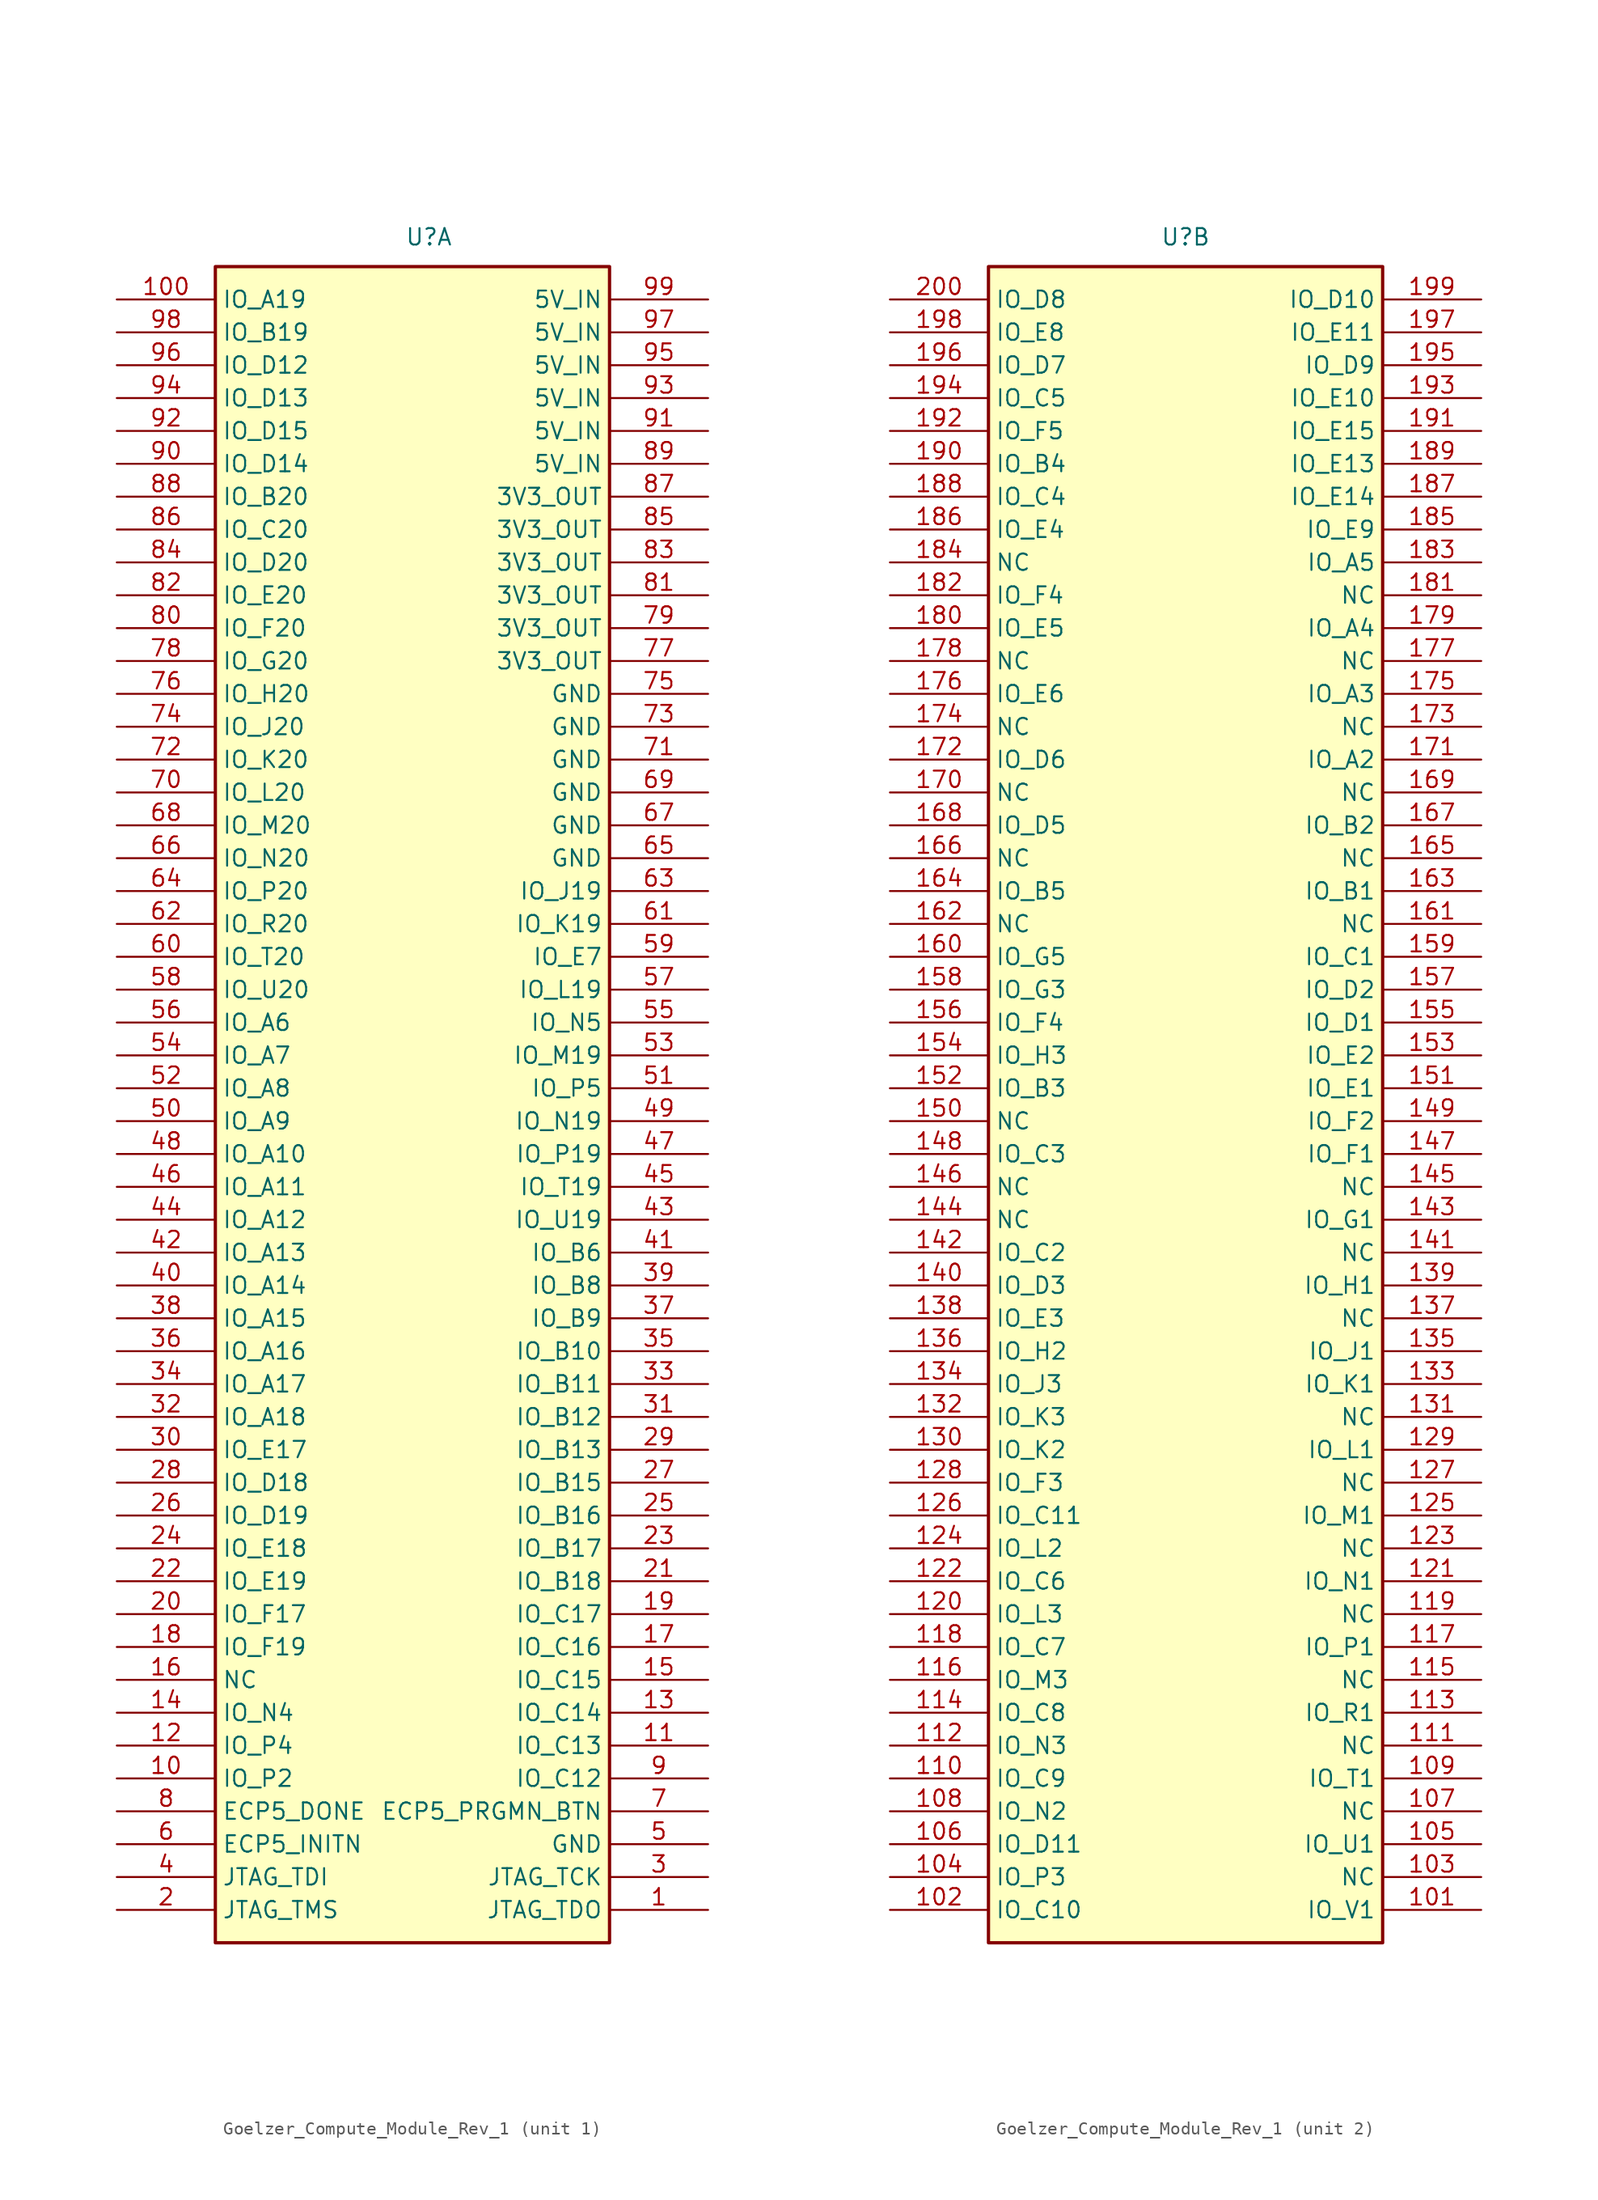
<source format=kicad_sym>
(kicad_symbol_lib
  (version 20231120)
  (generator "kicad_symbol_editor")
  (generator_version "8.0")
  (symbol "Goelzer_Compute_Module_Rev_1"
    (property "Reference" "U"
      (at 0 68.326 0)
      (effects (font (size 1.27 1.27))))
    (property "Value" ""
      (at 0 0 0)
      (effects (font (size 1.27 1.27))))
    (symbol "Goelzer_Compute_Module_Rev_1_1_1"
      (rectangle (start -16.51 66.04) (end 13.97 -63.5) (stroke (width 0.254) (type default)) (fill (type background)))
      (pin passive line (at 21.59 -60.96 180) (length 7.62) (name "JTAG_TDO" (effects (font (size 1.27 1.27)))) (number "1" (effects (font (size 1.27 1.27)))))
      (pin passive line (at -24.13 -50.8 0) (length 7.62) (name "IO_P2" (effects (font (size 1.27 1.27)))) (number "10" (effects (font (size 1.27 1.27)))))
      (pin passive line (at -24.13 63.5 0) (length 7.62) (name "IO_A19" (effects (font (size 1.27 1.27)))) (number "100" (effects (font (size 1.27 1.27)))))
      (pin passive line (at 21.59 -48.26 180) (length 7.62) (name "IO_C13" (effects (font (size 1.27 1.27)))) (number "11" (effects (font (size 1.27 1.27)))))
      (pin passive line (at -24.13 -48.26 0) (length 7.62) (name "IO_P4" (effects (font (size 1.27 1.27)))) (number "12" (effects (font (size 1.27 1.27)))))
      (pin passive line (at 21.59 -45.72 180) (length 7.62) (name "IO_C14" (effects (font (size 1.27 1.27)))) (number "13" (effects (font (size 1.27 1.27)))))
      (pin passive line (at -24.13 -45.72 0) (length 7.62) (name "IO_N4" (effects (font (size 1.27 1.27)))) (number "14" (effects (font (size 1.27 1.27)))))
      (pin passive line (at 21.59 -43.18 180) (length 7.62) (name "IO_C15" (effects (font (size 1.27 1.27)))) (number "15" (effects (font (size 1.27 1.27)))))
      (pin passive line (at -24.13 -43.18 0) (length 7.62) (name "NC" (effects (font (size 1.27 1.27)))) (number "16" (effects (font (size 1.27 1.27)))))
      (pin passive line (at 21.59 -40.64 180) (length 7.62) (name "IO_C16" (effects (font (size 1.27 1.27)))) (number "17" (effects (font (size 1.27 1.27)))))
      (pin passive line (at -24.13 -40.64 0) (length 7.62) (name "IO_F19" (effects (font (size 1.27 1.27)))) (number "18" (effects (font (size 1.27 1.27)))))
      (pin passive line (at 21.59 -38.1 180) (length 7.62) (name "IO_C17" (effects (font (size 1.27 1.27)))) (number "19" (effects (font (size 1.27 1.27)))))
      (pin passive line (at -24.13 -60.96 0) (length 7.62) (name "JTAG_TMS" (effects (font (size 1.27 1.27)))) (number "2" (effects (font (size 1.27 1.27)))))
      (pin passive line (at -24.13 -38.1 0) (length 7.62) (name "IO_F17" (effects (font (size 1.27 1.27)))) (number "20" (effects (font (size 1.27 1.27)))))
      (pin passive line (at 21.59 -35.56 180) (length 7.62) (name "IO_B18" (effects (font (size 1.27 1.27)))) (number "21" (effects (font (size 1.27 1.27)))))
      (pin passive line (at -24.13 -35.56 0) (length 7.62) (name "IO_E19" (effects (font (size 1.27 1.27)))) (number "22" (effects (font (size 1.27 1.27)))))
      (pin passive line (at 21.59 -33.02 180) (length 7.62) (name "IO_B17" (effects (font (size 1.27 1.27)))) (number "23" (effects (font (size 1.27 1.27)))))
      (pin passive line (at -24.13 -33.02 0) (length 7.62) (name "IO_E18" (effects (font (size 1.27 1.27)))) (number "24" (effects (font (size 1.27 1.27)))))
      (pin passive line (at 21.59 -30.48 180) (length 7.62) (name "IO_B16" (effects (font (size 1.27 1.27)))) (number "25" (effects (font (size 1.27 1.27)))))
      (pin passive line (at -24.13 -30.48 0) (length 7.62) (name "IO_D19" (effects (font (size 1.27 1.27)))) (number "26" (effects (font (size 1.27 1.27)))))
      (pin passive line (at 21.59 -27.94 180) (length 7.62) (name "IO_B15" (effects (font (size 1.27 1.27)))) (number "27" (effects (font (size 1.27 1.27)))))
      (pin passive line (at -24.13 -27.94 0) (length 7.62) (name "IO_D18" (effects (font (size 1.27 1.27)))) (number "28" (effects (font (size 1.27 1.27)))))
      (pin passive line (at 21.59 -25.4 180) (length 7.62) (name "IO_B13" (effects (font (size 1.27 1.27)))) (number "29" (effects (font (size 1.27 1.27)))))
      (pin passive line (at 21.59 -58.42 180) (length 7.62) (name "JTAG_TCK" (effects (font (size 1.27 1.27)))) (number "3" (effects (font (size 1.27 1.27)))))
      (pin passive line (at -24.13 -25.4 0) (length 7.62) (name "IO_E17" (effects (font (size 1.27 1.27)))) (number "30" (effects (font (size 1.27 1.27)))))
      (pin passive line (at 21.59 -22.86 180) (length 7.62) (name "IO_B12" (effects (font (size 1.27 1.27)))) (number "31" (effects (font (size 1.27 1.27)))))
      (pin passive line (at -24.13 -22.86 0) (length 7.62) (name "IO_A18" (effects (font (size 1.27 1.27)))) (number "32" (effects (font (size 1.27 1.27)))))
      (pin passive line (at 21.59 -20.32 180) (length 7.62) (name "IO_B11" (effects (font (size 1.27 1.27)))) (number "33" (effects (font (size 1.27 1.27)))))
      (pin passive line (at -24.13 -20.32 0) (length 7.62) (name "IO_A17" (effects (font (size 1.27 1.27)))) (number "34" (effects (font (size 1.27 1.27)))))
      (pin passive line (at 21.59 -17.78 180) (length 7.62) (name "IO_B10" (effects (font (size 1.27 1.27)))) (number "35" (effects (font (size 1.27 1.27)))))
      (pin passive line (at -24.13 -17.78 0) (length 7.62) (name "IO_A16" (effects (font (size 1.27 1.27)))) (number "36" (effects (font (size 1.27 1.27)))))
      (pin passive line (at 21.59 -15.24 180) (length 7.62) (name "IO_B9" (effects (font (size 1.27 1.27)))) (number "37" (effects (font (size 1.27 1.27)))))
      (pin passive line (at -24.13 -15.24 0) (length 7.62) (name "IO_A15" (effects (font (size 1.27 1.27)))) (number "38" (effects (font (size 1.27 1.27)))))
      (pin passive line (at 21.59 -12.7 180) (length 7.62) (name "IO_B8" (effects (font (size 1.27 1.27)))) (number "39" (effects (font (size 1.27 1.27)))))
      (pin passive line (at -24.13 -58.42 0) (length 7.62) (name "JTAG_TDI" (effects (font (size 1.27 1.27)))) (number "4" (effects (font (size 1.27 1.27)))))
      (pin passive line (at -24.13 -12.7 0) (length 7.62) (name "IO_A14" (effects (font (size 1.27 1.27)))) (number "40" (effects (font (size 1.27 1.27)))))
      (pin passive line (at 21.59 -10.16 180) (length 7.62) (name "IO_B6" (effects (font (size 1.27 1.27)))) (number "41" (effects (font (size 1.27 1.27)))))
      (pin passive line (at -24.13 -10.16 0) (length 7.62) (name "IO_A13" (effects (font (size 1.27 1.27)))) (number "42" (effects (font (size 1.27 1.27)))))
      (pin passive line (at 21.59 -7.62 180) (length 7.62) (name "IO_U19" (effects (font (size 1.27 1.27)))) (number "43" (effects (font (size 1.27 1.27)))))
      (pin passive line (at -24.13 -7.62 0) (length 7.62) (name "IO_A12" (effects (font (size 1.27 1.27)))) (number "44" (effects (font (size 1.27 1.27)))))
      (pin passive line (at 21.59 -5.08 180) (length 7.62) (name "IO_T19" (effects (font (size 1.27 1.27)))) (number "45" (effects (font (size 1.27 1.27)))))
      (pin passive line (at -24.13 -5.08 0) (length 7.62) (name "IO_A11" (effects (font (size 1.27 1.27)))) (number "46" (effects (font (size 1.27 1.27)))))
      (pin passive line (at 21.59 -2.54 180) (length 7.62) (name "IO_P19" (effects (font (size 1.27 1.27)))) (number "47" (effects (font (size 1.27 1.27)))))
      (pin passive line (at -24.13 -2.54 0) (length 7.62) (name "IO_A10" (effects (font (size 1.27 1.27)))) (number "48" (effects (font (size 1.27 1.27)))))
      (pin passive line (at 21.59 0 180) (length 7.62) (name "IO_N19" (effects (font (size 1.27 1.27)))) (number "49" (effects (font (size 1.27 1.27)))))
      (pin passive line (at 21.59 -55.88 180) (length 7.62) (name "GND" (effects (font (size 1.27 1.27)))) (number "5" (effects (font (size 1.27 1.27)))))
      (pin passive line (at -24.13 0 0) (length 7.62) (name "IO_A9" (effects (font (size 1.27 1.27)))) (number "50" (effects (font (size 1.27 1.27)))))
      (pin passive line (at 21.59 2.54 180) (length 7.62) (name "IO_P5" (effects (font (size 1.27 1.27)))) (number "51" (effects (font (size 1.27 1.27)))))
      (pin passive line (at -24.13 2.54 0) (length 7.62) (name "IO_A8" (effects (font (size 1.27 1.27)))) (number "52" (effects (font (size 1.27 1.27)))))
      (pin passive line (at 21.59 5.08 180) (length 7.62) (name "IO_M19" (effects (font (size 1.27 1.27)))) (number "53" (effects (font (size 1.27 1.27)))))
      (pin passive line (at -24.13 5.08 0) (length 7.62) (name "IO_A7" (effects (font (size 1.27 1.27)))) (number "54" (effects (font (size 1.27 1.27)))))
      (pin passive line (at 21.59 7.62 180) (length 7.62) (name "IO_N5" (effects (font (size 1.27 1.27)))) (number "55" (effects (font (size 1.27 1.27)))))
      (pin passive line (at -24.13 7.62 0) (length 7.62) (name "IO_A6" (effects (font (size 1.27 1.27)))) (number "56" (effects (font (size 1.27 1.27)))))
      (pin passive line (at 21.59 10.16 180) (length 7.62) (name "IO_L19" (effects (font (size 1.27 1.27)))) (number "57" (effects (font (size 1.27 1.27)))))
      (pin passive line (at -24.13 10.16 0) (length 7.62) (name "IO_U20" (effects (font (size 1.27 1.27)))) (number "58" (effects (font (size 1.27 1.27)))))
      (pin passive line (at 21.59 12.7 180) (length 7.62) (name "IO_E7" (effects (font (size 1.27 1.27)))) (number "59" (effects (font (size 1.27 1.27)))))
      (pin passive line (at -24.13 -55.88 0) (length 7.62) (name "ECP5_INITN" (effects (font (size 1.27 1.27)))) (number "6" (effects (font (size 1.27 1.27)))))
      (pin passive line (at -24.13 12.7 0) (length 7.62) (name "IO_T20" (effects (font (size 1.27 1.27)))) (number "60" (effects (font (size 1.27 1.27)))))
      (pin passive line (at 21.59 15.24 180) (length 7.62) (name "IO_K19" (effects (font (size 1.27 1.27)))) (number "61" (effects (font (size 1.27 1.27)))))
      (pin passive line (at -24.13 15.24 0) (length 7.62) (name "IO_R20" (effects (font (size 1.27 1.27)))) (number "62" (effects (font (size 1.27 1.27)))))
      (pin passive line (at 21.59 17.78 180) (length 7.62) (name "IO_J19" (effects (font (size 1.27 1.27)))) (number "63" (effects (font (size 1.27 1.27)))))
      (pin passive line (at -24.13 17.78 0) (length 7.62) (name "IO_P20" (effects (font (size 1.27 1.27)))) (number "64" (effects (font (size 1.27 1.27)))))
      (pin passive line (at 21.59 20.32 180) (length 7.62) (name "GND" (effects (font (size 1.27 1.27)))) (number "65" (effects (font (size 1.27 1.27)))))
      (pin passive line (at -24.13 20.32 0) (length 7.62) (name "IO_N20" (effects (font (size 1.27 1.27)))) (number "66" (effects (font (size 1.27 1.27)))))
      (pin passive line (at 21.59 22.86 180) (length 7.62) (name "GND" (effects (font (size 1.27 1.27)))) (number "67" (effects (font (size 1.27 1.27)))))
      (pin passive line (at -24.13 22.86 0) (length 7.62) (name "IO_M20" (effects (font (size 1.27 1.27)))) (number "68" (effects (font (size 1.27 1.27)))))
      (pin passive line (at 21.59 25.4 180) (length 7.62) (name "GND" (effects (font (size 1.27 1.27)))) (number "69" (effects (font (size 1.27 1.27)))))
      (pin passive line (at 21.59 -53.34 180) (length 7.62) (name "ECP5_PRGMN_BTN" (effects (font (size 1.27 1.27)))) (number "7" (effects (font (size 1.27 1.27)))))
      (pin passive line (at -24.13 25.4 0) (length 7.62) (name "IO_L20" (effects (font (size 1.27 1.27)))) (number "70" (effects (font (size 1.27 1.27)))))
      (pin passive line (at 21.59 27.94 180) (length 7.62) (name "GND" (effects (font (size 1.27 1.27)))) (number "71" (effects (font (size 1.27 1.27)))))
      (pin passive line (at -24.13 27.94 0) (length 7.62) (name "IO_K20" (effects (font (size 1.27 1.27)))) (number "72" (effects (font (size 1.27 1.27)))))
      (pin passive line (at 21.59 30.48 180) (length 7.62) (name "GND" (effects (font (size 1.27 1.27)))) (number "73" (effects (font (size 1.27 1.27)))))
      (pin passive line (at -24.13 30.48 0) (length 7.62) (name "IO_J20" (effects (font (size 1.27 1.27)))) (number "74" (effects (font (size 1.27 1.27)))))
      (pin passive line (at 21.59 33.02 180) (length 7.62) (name "GND" (effects (font (size 1.27 1.27)))) (number "75" (effects (font (size 1.27 1.27)))))
      (pin passive line (at -24.13 33.02 0) (length 7.62) (name "IO_H20" (effects (font (size 1.27 1.27)))) (number "76" (effects (font (size 1.27 1.27)))))
      (pin passive line (at 21.59 35.56 180) (length 7.62) (name "3V3_OUT" (effects (font (size 1.27 1.27)))) (number "77" (effects (font (size 1.27 1.27)))))
      (pin passive line (at -24.13 35.56 0) (length 7.62) (name "IO_G20" (effects (font (size 1.27 1.27)))) (number "78" (effects (font (size 1.27 1.27)))))
      (pin passive line (at 21.59 38.1 180) (length 7.62) (name "3V3_OUT" (effects (font (size 1.27 1.27)))) (number "79" (effects (font (size 1.27 1.27)))))
      (pin passive line (at -24.13 -53.34 0) (length 7.62) (name "ECP5_DONE" (effects (font (size 1.27 1.27)))) (number "8" (effects (font (size 1.27 1.27)))))
      (pin passive line (at -24.13 38.1 0) (length 7.62) (name "IO_F20" (effects (font (size 1.27 1.27)))) (number "80" (effects (font (size 1.27 1.27)))))
      (pin passive line (at 21.59 40.64 180) (length 7.62) (name "3V3_OUT" (effects (font (size 1.27 1.27)))) (number "81" (effects (font (size 1.27 1.27)))))
      (pin passive line (at -24.13 40.64 0) (length 7.62) (name "IO_E20" (effects (font (size 1.27 1.27)))) (number "82" (effects (font (size 1.27 1.27)))))
      (pin passive line (at 21.59 43.18 180) (length 7.62) (name "3V3_OUT" (effects (font (size 1.27 1.27)))) (number "83" (effects (font (size 1.27 1.27)))))
      (pin passive line (at -24.13 43.18 0) (length 7.62) (name "IO_D20" (effects (font (size 1.27 1.27)))) (number "84" (effects (font (size 1.27 1.27)))))
      (pin passive line (at 21.59 45.72 180) (length 7.62) (name "3V3_OUT" (effects (font (size 1.27 1.27)))) (number "85" (effects (font (size 1.27 1.27)))))
      (pin passive line (at -24.13 45.72 0) (length 7.62) (name "IO_C20" (effects (font (size 1.27 1.27)))) (number "86" (effects (font (size 1.27 1.27)))))
      (pin passive line (at 21.59 48.26 180) (length 7.62) (name "3V3_OUT" (effects (font (size 1.27 1.27)))) (number "87" (effects (font (size 1.27 1.27)))))
      (pin passive line (at -24.13 48.26 0) (length 7.62) (name "IO_B20" (effects (font (size 1.27 1.27)))) (number "88" (effects (font (size 1.27 1.27)))))
      (pin passive line (at 21.59 50.8 180) (length 7.62) (name "5V_IN" (effects (font (size 1.27 1.27)))) (number "89" (effects (font (size 1.27 1.27)))))
      (pin passive line (at 21.59 -50.8 180) (length 7.62) (name "IO_C12" (effects (font (size 1.27 1.27)))) (number "9" (effects (font (size 1.27 1.27)))))
      (pin passive line (at -24.13 50.8 0) (length 7.62) (name "IO_D14" (effects (font (size 1.27 1.27)))) (number "90" (effects (font (size 1.27 1.27)))))
      (pin passive line (at 21.59 53.34 180) (length 7.62) (name "5V_IN" (effects (font (size 1.27 1.27)))) (number "91" (effects (font (size 1.27 1.27)))))
      (pin passive line (at -24.13 53.34 0) (length 7.62) (name "IO_D15" (effects (font (size 1.27 1.27)))) (number "92" (effects (font (size 1.27 1.27)))))
      (pin passive line (at 21.59 55.88 180) (length 7.62) (name "5V_IN" (effects (font (size 1.27 1.27)))) (number "93" (effects (font (size 1.27 1.27)))))
      (pin passive line (at -24.13 55.88 0) (length 7.62) (name "IO_D13" (effects (font (size 1.27 1.27)))) (number "94" (effects (font (size 1.27 1.27)))))
      (pin passive line (at 21.59 58.42 180) (length 7.62) (name "5V_IN" (effects (font (size 1.27 1.27)))) (number "95" (effects (font (size 1.27 1.27)))))
      (pin passive line (at -24.13 58.42 0) (length 7.62) (name "IO_D12" (effects (font (size 1.27 1.27)))) (number "96" (effects (font (size 1.27 1.27)))))
      (pin passive line (at 21.59 60.96 180) (length 7.62) (name "5V_IN" (effects (font (size 1.27 1.27)))) (number "97" (effects (font (size 1.27 1.27)))))
      (pin passive line (at -24.13 60.96 0) (length 7.62) (name "IO_B19" (effects (font (size 1.27 1.27)))) (number "98" (effects (font (size 1.27 1.27)))))
      (pin passive line (at 21.59 63.5 180) (length 7.62) (name "5V_IN" (effects (font (size 1.27 1.27)))) (number "99" (effects (font (size 1.27 1.27))))))
    (symbol "Goelzer_Compute_Module_Rev_1_2_1"
      (rectangle (start -15.24 66.04) (end 15.24 -63.5) (stroke (width 0.254) (type default)) (fill (type background)))
      (pin passive line (at 22.86 -60.96 180) (length 7.62) (name "IO_V1" (effects (font (size 1.27 1.27)))) (number "101" (effects (font (size 1.27 1.27)))))
      (pin passive line (at -22.86 -60.96 0) (length 7.62) (name "IO_C10" (effects (font (size 1.27 1.27)))) (number "102" (effects (font (size 1.27 1.27)))))
      (pin passive line (at 22.86 -58.42 180) (length 7.62) (name "NC" (effects (font (size 1.27 1.27)))) (number "103" (effects (font (size 1.27 1.27)))))
      (pin passive line (at -22.86 -58.42 0) (length 7.62) (name "IO_P3" (effects (font (size 1.27 1.27)))) (number "104" (effects (font (size 1.27 1.27)))))
      (pin passive line (at 22.86 -55.88 180) (length 7.62) (name "IO_U1" (effects (font (size 1.27 1.27)))) (number "105" (effects (font (size 1.27 1.27)))))
      (pin passive line (at -22.86 -55.88 0) (length 7.62) (name "IO_D11" (effects (font (size 1.27 1.27)))) (number "106" (effects (font (size 1.27 1.27)))))
      (pin passive line (at 22.86 -53.34 180) (length 7.62) (name "NC" (effects (font (size 1.27 1.27)))) (number "107" (effects (font (size 1.27 1.27)))))
      (pin passive line (at -22.86 -53.34 0) (length 7.62) (name "IO_N2" (effects (font (size 1.27 1.27)))) (number "108" (effects (font (size 1.27 1.27)))))
      (pin passive line (at 22.86 -50.8 180) (length 7.62) (name "IO_T1" (effects (font (size 1.27 1.27)))) (number "109" (effects (font (size 1.27 1.27)))))
      (pin passive line (at -22.86 -50.8 0) (length 7.62) (name "IO_C9" (effects (font (size 1.27 1.27)))) (number "110" (effects (font (size 1.27 1.27)))))
      (pin passive line (at 22.86 -48.26 180) (length 7.62) (name "NC" (effects (font (size 1.27 1.27)))) (number "111" (effects (font (size 1.27 1.27)))))
      (pin passive line (at -22.86 -48.26 0) (length 7.62) (name "IO_N3" (effects (font (size 1.27 1.27)))) (number "112" (effects (font (size 1.27 1.27)))))
      (pin passive line (at 22.86 -45.72 180) (length 7.62) (name "IO_R1" (effects (font (size 1.27 1.27)))) (number "113" (effects (font (size 1.27 1.27)))))
      (pin passive line (at -22.86 -45.72 0) (length 7.62) (name "IO_C8" (effects (font (size 1.27 1.27)))) (number "114" (effects (font (size 1.27 1.27)))))
      (pin passive line (at 22.86 -43.18 180) (length 7.62) (name "NC" (effects (font (size 1.27 1.27)))) (number "115" (effects (font (size 1.27 1.27)))))
      (pin passive line (at -22.86 -43.18 0) (length 7.62) (name "IO_M3" (effects (font (size 1.27 1.27)))) (number "116" (effects (font (size 1.27 1.27)))))
      (pin passive line (at 22.86 -40.64 180) (length 7.62) (name "IO_P1" (effects (font (size 1.27 1.27)))) (number "117" (effects (font (size 1.27 1.27)))))
      (pin passive line (at -22.86 -40.64 0) (length 7.62) (name "IO_C7" (effects (font (size 1.27 1.27)))) (number "118" (effects (font (size 1.27 1.27)))))
      (pin passive line (at 22.86 -38.1 180) (length 7.62) (name "NC" (effects (font (size 1.27 1.27)))) (number "119" (effects (font (size 1.27 1.27)))))
      (pin passive line (at -22.86 -38.1 0) (length 7.62) (name "IO_L3" (effects (font (size 1.27 1.27)))) (number "120" (effects (font (size 1.27 1.27)))))
      (pin passive line (at 22.86 -35.56 180) (length 7.62) (name "IO_N1" (effects (font (size 1.27 1.27)))) (number "121" (effects (font (size 1.27 1.27)))))
      (pin passive line (at -22.86 -35.56 0) (length 7.62) (name "IO_C6" (effects (font (size 1.27 1.27)))) (number "122" (effects (font (size 1.27 1.27)))))
      (pin passive line (at 22.86 -33.02 180) (length 7.62) (name "NC" (effects (font (size 1.27 1.27)))) (number "123" (effects (font (size 1.27 1.27)))))
      (pin passive line (at -22.86 -33.02 0) (length 7.62) (name "IO_L2" (effects (font (size 1.27 1.27)))) (number "124" (effects (font (size 1.27 1.27)))))
      (pin passive line (at 22.86 -30.48 180) (length 7.62) (name "IO_M1" (effects (font (size 1.27 1.27)))) (number "125" (effects (font (size 1.27 1.27)))))
      (pin passive line (at -22.86 -30.48 0) (length 7.62) (name "IO_C11" (effects (font (size 1.27 1.27)))) (number "126" (effects (font (size 1.27 1.27)))))
      (pin passive line (at 22.86 -27.94 180) (length 7.62) (name "NC" (effects (font (size 1.27 1.27)))) (number "127" (effects (font (size 1.27 1.27)))))
      (pin passive line (at -22.86 -27.94 0) (length 7.62) (name "IO_F3" (effects (font (size 1.27 1.27)))) (number "128" (effects (font (size 1.27 1.27)))))
      (pin passive line (at 22.86 -25.4 180) (length 7.62) (name "IO_L1" (effects (font (size 1.27 1.27)))) (number "129" (effects (font (size 1.27 1.27)))))
      (pin passive line (at -22.86 -25.4 0) (length 7.62) (name "IO_K2" (effects (font (size 1.27 1.27)))) (number "130" (effects (font (size 1.27 1.27)))))
      (pin passive line (at 22.86 -22.86 180) (length 7.62) (name "NC" (effects (font (size 1.27 1.27)))) (number "131" (effects (font (size 1.27 1.27)))))
      (pin passive line (at -22.86 -22.86 0) (length 7.62) (name "IO_K3" (effects (font (size 1.27 1.27)))) (number "132" (effects (font (size 1.27 1.27)))))
      (pin passive line (at 22.86 -20.32 180) (length 7.62) (name "IO_K1" (effects (font (size 1.27 1.27)))) (number "133" (effects (font (size 1.27 1.27)))))
      (pin passive line (at -22.86 -20.32 0) (length 7.62) (name "IO_J3" (effects (font (size 1.27 1.27)))) (number "134" (effects (font (size 1.27 1.27)))))
      (pin passive line (at 22.86 -17.78 180) (length 7.62) (name "IO_J1" (effects (font (size 1.27 1.27)))) (number "135" (effects (font (size 1.27 1.27)))))
      (pin passive line (at -22.86 -17.78 0) (length 7.62) (name "IO_H2" (effects (font (size 1.27 1.27)))) (number "136" (effects (font (size 1.27 1.27)))))
      (pin passive line (at 22.86 -15.24 180) (length 7.62) (name "NC" (effects (font (size 1.27 1.27)))) (number "137" (effects (font (size 1.27 1.27)))))
      (pin passive line (at -22.86 -15.24 0) (length 7.62) (name "IO_E3" (effects (font (size 1.27 1.27)))) (number "138" (effects (font (size 1.27 1.27)))))
      (pin passive line (at 22.86 -12.7 180) (length 7.62) (name "IO_H1" (effects (font (size 1.27 1.27)))) (number "139" (effects (font (size 1.27 1.27)))))
      (pin passive line (at -22.86 -12.7 0) (length 7.62) (name "IO_D3" (effects (font (size 1.27 1.27)))) (number "140" (effects (font (size 1.27 1.27)))))
      (pin passive line (at 22.86 -10.16 180) (length 7.62) (name "NC" (effects (font (size 1.27 1.27)))) (number "141" (effects (font (size 1.27 1.27)))))
      (pin passive line (at -22.86 -10.16 0) (length 7.62) (name "IO_C2" (effects (font (size 1.27 1.27)))) (number "142" (effects (font (size 1.27 1.27)))))
      (pin passive line (at 22.86 -7.62 180) (length 7.62) (name "IO_G1" (effects (font (size 1.27 1.27)))) (number "143" (effects (font (size 1.27 1.27)))))
      (pin passive line (at -22.86 -7.62 0) (length 7.62) (name "NC" (effects (font (size 1.27 1.27)))) (number "144" (effects (font (size 1.27 1.27)))))
      (pin passive line (at 22.86 -5.08 180) (length 7.62) (name "NC" (effects (font (size 1.27 1.27)))) (number "145" (effects (font (size 1.27 1.27)))))
      (pin passive line (at -22.86 -5.08 0) (length 7.62) (name "NC" (effects (font (size 1.27 1.27)))) (number "146" (effects (font (size 1.27 1.27)))))
      (pin passive line (at 22.86 -2.54 180) (length 7.62) (name "IO_F1" (effects (font (size 1.27 1.27)))) (number "147" (effects (font (size 1.27 1.27)))))
      (pin passive line (at -22.86 -2.54 0) (length 7.62) (name "IO_C3" (effects (font (size 1.27 1.27)))) (number "148" (effects (font (size 1.27 1.27)))))
      (pin passive line (at 22.86 0 180) (length 7.62) (name "IO_F2" (effects (font (size 1.27 1.27)))) (number "149" (effects (font (size 1.27 1.27)))))
      (pin passive line (at -22.86 0 0) (length 7.62) (name "NC" (effects (font (size 1.27 1.27)))) (number "150" (effects (font (size 1.27 1.27)))))
      (pin passive line (at 22.86 2.54 180) (length 7.62) (name "IO_E1" (effects (font (size 1.27 1.27)))) (number "151" (effects (font (size 1.27 1.27)))))
      (pin passive line (at -22.86 2.54 0) (length 7.62) (name "IO_B3" (effects (font (size 1.27 1.27)))) (number "152" (effects (font (size 1.27 1.27)))))
      (pin passive line (at 22.86 5.08 180) (length 7.62) (name "IO_E2" (effects (font (size 1.27 1.27)))) (number "153" (effects (font (size 1.27 1.27)))))
      (pin passive line (at -22.86 5.08 0) (length 7.62) (name "IO_H3" (effects (font (size 1.27 1.27)))) (number "154" (effects (font (size 1.27 1.27)))))
      (pin passive line (at 22.86 7.62 180) (length 7.62) (name "IO_D1" (effects (font (size 1.27 1.27)))) (number "155" (effects (font (size 1.27 1.27)))))
      (pin passive line (at -22.86 7.62 0) (length 7.62) (name "IO_F4" (effects (font (size 1.27 1.27)))) (number "156" (effects (font (size 1.27 1.27)))))
      (pin passive line (at 22.86 10.16 180) (length 7.62) (name "IO_D2" (effects (font (size 1.27 1.27)))) (number "157" (effects (font (size 1.27 1.27)))))
      (pin passive line (at -22.86 10.16 0) (length 7.62) (name "IO_G3" (effects (font (size 1.27 1.27)))) (number "158" (effects (font (size 1.27 1.27)))))
      (pin passive line (at 22.86 12.7 180) (length 7.62) (name "IO_C1" (effects (font (size 1.27 1.27)))) (number "159" (effects (font (size 1.27 1.27)))))
      (pin passive line (at -22.86 12.7 0) (length 7.62) (name "IO_G5" (effects (font (size 1.27 1.27)))) (number "160" (effects (font (size 1.27 1.27)))))
      (pin passive line (at 22.86 15.24 180) (length 7.62) (name "NC" (effects (font (size 1.27 1.27)))) (number "161" (effects (font (size 1.27 1.27)))))
      (pin passive line (at -22.86 15.24 0) (length 7.62) (name "NC" (effects (font (size 1.27 1.27)))) (number "162" (effects (font (size 1.27 1.27)))))
      (pin passive line (at 22.86 17.78 180) (length 7.62) (name "IO_B1" (effects (font (size 1.27 1.27)))) (number "163" (effects (font (size 1.27 1.27)))))
      (pin passive line (at -22.86 17.78 0) (length 7.62) (name "IO_B5" (effects (font (size 1.27 1.27)))) (number "164" (effects (font (size 1.27 1.27)))))
      (pin passive line (at 22.86 20.32 180) (length 7.62) (name "NC" (effects (font (size 1.27 1.27)))) (number "165" (effects (font (size 1.27 1.27)))))
      (pin passive line (at -22.86 20.32 0) (length 7.62) (name "NC" (effects (font (size 1.27 1.27)))) (number "166" (effects (font (size 1.27 1.27)))))
      (pin passive line (at 22.86 22.86 180) (length 7.62) (name "IO_B2" (effects (font (size 1.27 1.27)))) (number "167" (effects (font (size 1.27 1.27)))))
      (pin passive line (at -22.86 22.86 0) (length 7.62) (name "IO_D5" (effects (font (size 1.27 1.27)))) (number "168" (effects (font (size 1.27 1.27)))))
      (pin passive line (at 22.86 25.4 180) (length 7.62) (name "NC" (effects (font (size 1.27 1.27)))) (number "169" (effects (font (size 1.27 1.27)))))
      (pin passive line (at -22.86 25.4 0) (length 7.62) (name "NC" (effects (font (size 1.27 1.27)))) (number "170" (effects (font (size 1.27 1.27)))))
      (pin passive line (at 22.86 27.94 180) (length 7.62) (name "IO_A2" (effects (font (size 1.27 1.27)))) (number "171" (effects (font (size 1.27 1.27)))))
      (pin passive line (at -22.86 27.94 0) (length 7.62) (name "IO_D6" (effects (font (size 1.27 1.27)))) (number "172" (effects (font (size 1.27 1.27)))))
      (pin passive line (at 22.86 30.48 180) (length 7.62) (name "NC" (effects (font (size 1.27 1.27)))) (number "173" (effects (font (size 1.27 1.27)))))
      (pin passive line (at -22.86 30.48 0) (length 7.62) (name "NC" (effects (font (size 1.27 1.27)))) (number "174" (effects (font (size 1.27 1.27)))))
      (pin passive line (at 22.86 33.02 180) (length 7.62) (name "IO_A3" (effects (font (size 1.27 1.27)))) (number "175" (effects (font (size 1.27 1.27)))))
      (pin passive line (at -22.86 33.02 0) (length 7.62) (name "IO_E6" (effects (font (size 1.27 1.27)))) (number "176" (effects (font (size 1.27 1.27)))))
      (pin passive line (at 22.86 35.56 180) (length 7.62) (name "NC" (effects (font (size 1.27 1.27)))) (number "177" (effects (font (size 1.27 1.27)))))
      (pin passive line (at -22.86 35.56 0) (length 7.62) (name "NC" (effects (font (size 1.27 1.27)))) (number "178" (effects (font (size 1.27 1.27)))))
      (pin passive line (at 22.86 38.1 180) (length 7.62) (name "IO_A4" (effects (font (size 1.27 1.27)))) (number "179" (effects (font (size 1.27 1.27)))))
      (pin passive line (at -22.86 38.1 0) (length 7.62) (name "IO_E5" (effects (font (size 1.27 1.27)))) (number "180" (effects (font (size 1.27 1.27)))))
      (pin passive line (at 22.86 40.64 180) (length 7.62) (name "NC" (effects (font (size 1.27 1.27)))) (number "181" (effects (font (size 1.27 1.27)))))
      (pin passive line (at -22.86 40.64 0) (length 7.62) (name "IO_F4" (effects (font (size 1.27 1.27)))) (number "182" (effects (font (size 1.27 1.27)))))
      (pin passive line (at 22.86 43.18 180) (length 7.62) (name "IO_A5" (effects (font (size 1.27 1.27)))) (number "183" (effects (font (size 1.27 1.27)))))
      (pin passive line (at -22.86 43.18 0) (length 7.62) (name "NC" (effects (font (size 1.27 1.27)))) (number "184" (effects (font (size 1.27 1.27)))))
      (pin passive line (at 22.86 45.72 180) (length 7.62) (name "IO_E9" (effects (font (size 1.27 1.27)))) (number "185" (effects (font (size 1.27 1.27)))))
      (pin passive line (at -22.86 45.72 0) (length 7.62) (name "IO_E4" (effects (font (size 1.27 1.27)))) (number "186" (effects (font (size 1.27 1.27)))))
      (pin passive line (at 22.86 48.26 180) (length 7.62) (name "IO_E14" (effects (font (size 1.27 1.27)))) (number "187" (effects (font (size 1.27 1.27)))))
      (pin passive line (at -22.86 48.26 0) (length 7.62) (name "IO_C4" (effects (font (size 1.27 1.27)))) (number "188" (effects (font (size 1.27 1.27)))))
      (pin passive line (at 22.86 50.8 180) (length 7.62) (name "IO_E13" (effects (font (size 1.27 1.27)))) (number "189" (effects (font (size 1.27 1.27)))))
      (pin passive line (at -22.86 50.8 0) (length 7.62) (name "IO_B4" (effects (font (size 1.27 1.27)))) (number "190" (effects (font (size 1.27 1.27)))))
      (pin passive line (at 22.86 53.34 180) (length 7.62) (name "IO_E15" (effects (font (size 1.27 1.27)))) (number "191" (effects (font (size 1.27 1.27)))))
      (pin passive line (at -22.86 53.34 0) (length 7.62) (name "IO_F5" (effects (font (size 1.27 1.27)))) (number "192" (effects (font (size 1.27 1.27)))))
      (pin passive line (at 22.86 55.88 180) (length 7.62) (name "IO_E10" (effects (font (size 1.27 1.27)))) (number "193" (effects (font (size 1.27 1.27)))))
      (pin passive line (at -22.86 55.88 0) (length 7.62) (name "IO_C5" (effects (font (size 1.27 1.27)))) (number "194" (effects (font (size 1.27 1.27)))))
      (pin passive line (at 22.86 58.42 180) (length 7.62) (name "IO_D9" (effects (font (size 1.27 1.27)))) (number "195" (effects (font (size 1.27 1.27)))))
      (pin passive line (at -22.86 58.42 0) (length 7.62) (name "IO_D7" (effects (font (size 1.27 1.27)))) (number "196" (effects (font (size 1.27 1.27)))))
      (pin passive line (at 22.86 60.96 180) (length 7.62) (name "IO_E11" (effects (font (size 1.27 1.27)))) (number "197" (effects (font (size 1.27 1.27)))))
      (pin passive line (at -22.86 60.96 0) (length 7.62) (name "IO_E8" (effects (font (size 1.27 1.27)))) (number "198" (effects (font (size 1.27 1.27)))))
      (pin passive line (at 22.86 63.5 180) (length 7.62) (name "IO_D10" (effects (font (size 1.27 1.27)))) (number "199" (effects (font (size 1.27 1.27)))))
      (pin passive line (at -22.86 63.5 0) (length 7.62) (name "IO_D8" (effects (font (size 1.27 1.27)))) (number "200" (effects (font (size 1.27 1.27))))))))
</source>
